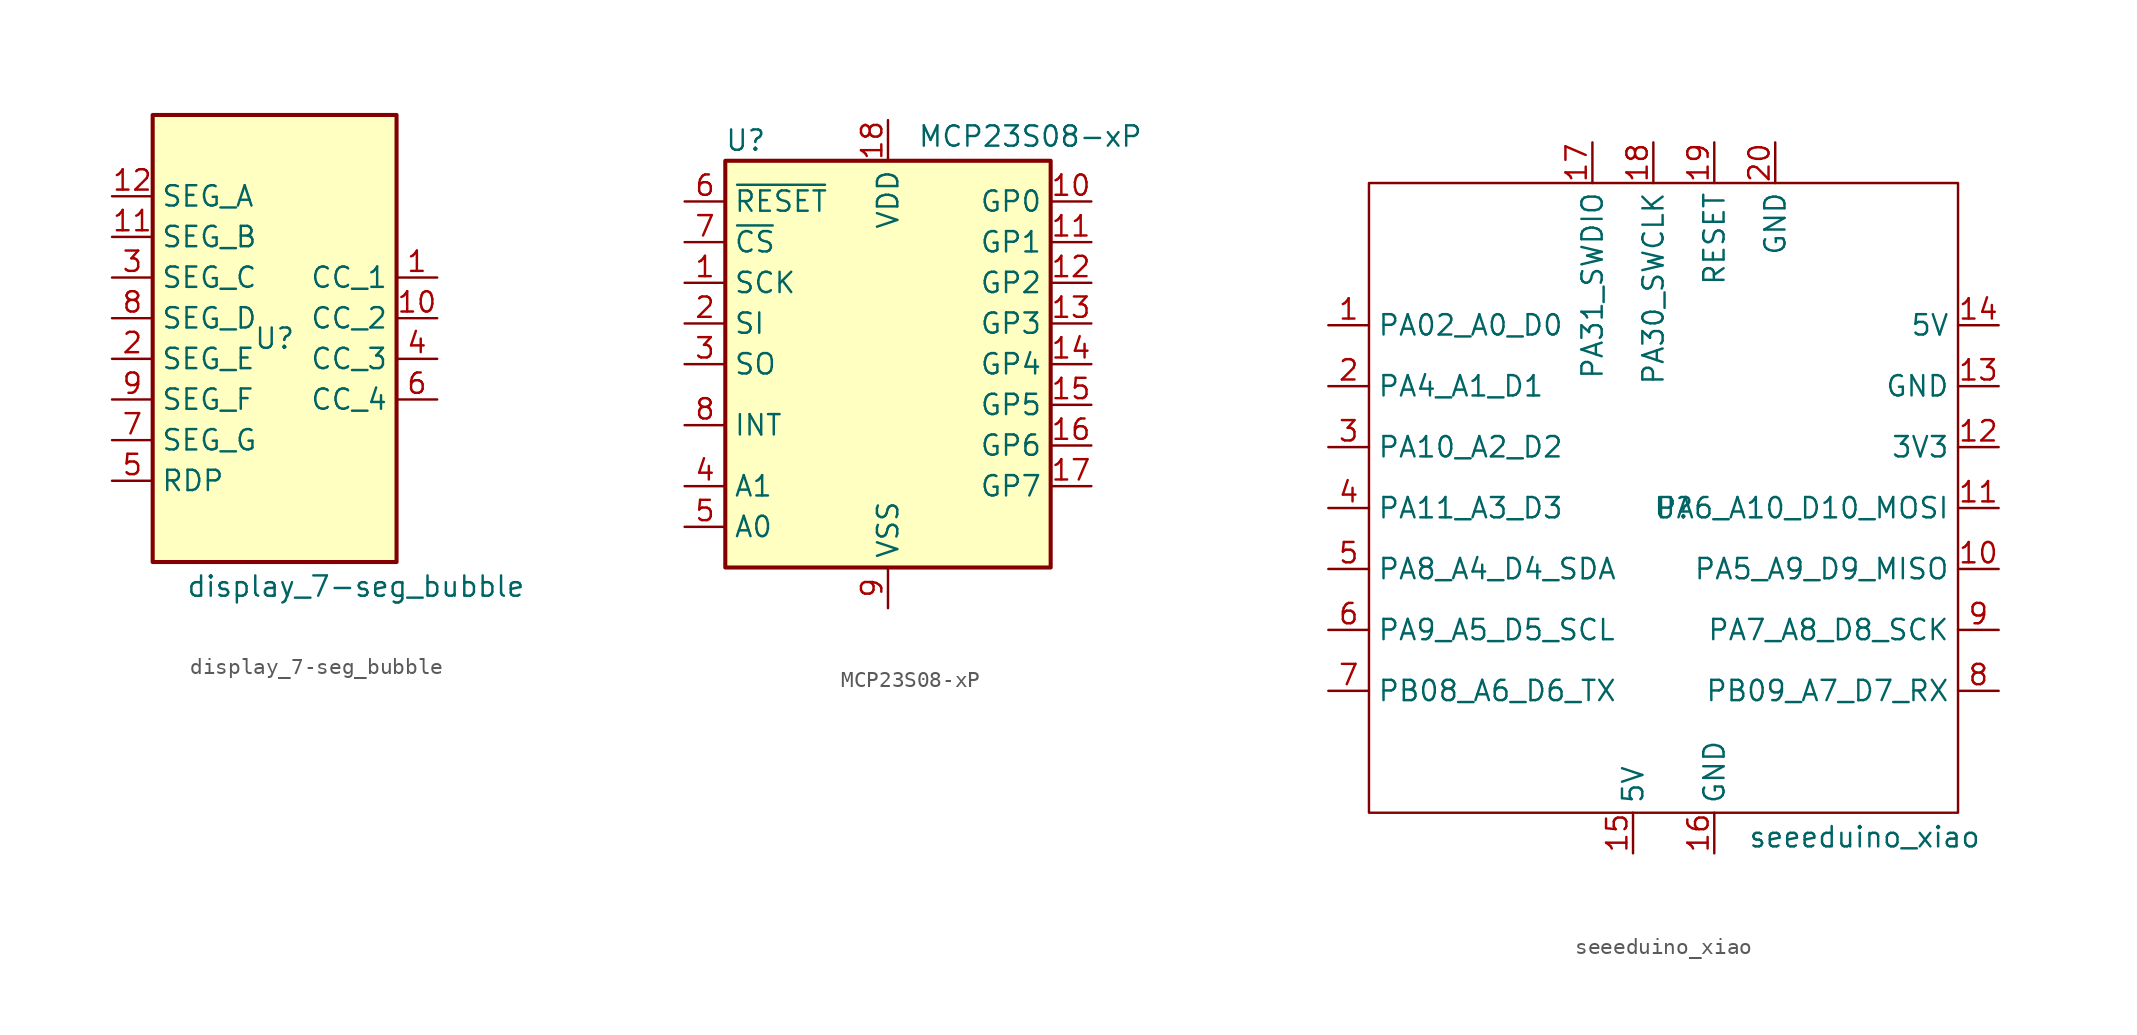
<source format=kicad_sym>
(kicad_symbol_lib
  (version 20231120)
  (generator "kicad_symbol_editor")
  (generator_version "8.0")
  (symbol "display_7-seg_bubble"
    (property "Reference" "U"
      (at 0 0 0)
      (effects (font (size 1.27 1.27))))
    (property "Value" "display_7-seg_bubble"
      (at 5.08 -15.494 0)
      (effects (font (size 1.27 1.27))))
    (symbol "display_7-seg_bubble_1_1"
      (rectangle (start -7.62 13.97) (end 7.62 -13.97) (stroke (width 0.254) (type default)) (fill (type background)))
      (pin open_emitter line (at 10.16 3.81 180) (length 2.54) (name "CC_1" (effects (font (size 1.27 1.27)))) (number "1" (effects (font (size 1.27 1.27)))))
      (pin open_emitter line (at 10.16 1.27 180) (length 2.54) (name "CC_2" (effects (font (size 1.27 1.27)))) (number "10" (effects (font (size 1.27 1.27)))))
      (pin open_collector line (at -10.16 6.35 0) (length 2.54) (name "SEG_B" (effects (font (size 1.27 1.27)))) (number "11" (effects (font (size 1.27 1.27)))))
      (pin open_collector line (at -10.16 8.89 0) (length 2.54) (name "SEG_A" (effects (font (size 1.27 1.27)))) (number "12" (effects (font (size 1.27 1.27)))))
      (pin open_collector line (at -10.16 -1.27 0) (length 2.54) (name "SEG_E" (effects (font (size 1.27 1.27)))) (number "2" (effects (font (size 1.27 1.27)))))
      (pin open_collector line (at -10.16 3.81 0) (length 2.54) (name "SEG_C" (effects (font (size 1.27 1.27)))) (number "3" (effects (font (size 1.27 1.27)))))
      (pin open_emitter line (at 10.16 -1.27 180) (length 2.54) (name "CC_3" (effects (font (size 1.27 1.27)))) (number "4" (effects (font (size 1.27 1.27)))))
      (pin open_collector line (at -10.16 -8.89 0) (length 2.54) (name "RDP" (effects (font (size 1.27 1.27)))) (number "5" (effects (font (size 1.27 1.27)))))
      (pin open_emitter line (at 10.16 -3.81 180) (length 2.54) (name "CC_4" (effects (font (size 1.27 1.27)))) (number "6" (effects (font (size 1.27 1.27)))))
      (pin open_collector line (at -10.16 -6.35 0) (length 2.54) (name "SEG_G" (effects (font (size 1.27 1.27)))) (number "7" (effects (font (size 1.27 1.27)))))
      (pin open_collector line (at -10.16 1.27 0) (length 2.54) (name "SEG_D" (effects (font (size 1.27 1.27)))) (number "8" (effects (font (size 1.27 1.27)))))
      (pin open_collector line (at -10.16 -3.81 0) (length 2.54) (name "SEG_F" (effects (font (size 1.27 1.27)))) (number "9" (effects (font (size 1.27 1.27)))))))
  (symbol "MCP23S08-xP"
    (property "Reference" "U"
      (at -8.89 13.97 0)
      (effects (font (size 1.27 1.27))))
    (property "Value" "MCP23S08-xP"
      (at 8.89 14.224 0)
      (effects (font (size 1.27 1.27))))
    (symbol "MCP23S08-xP_0_1"
      (rectangle (start -10.16 12.7) (end 10.16 -12.7) (stroke (width 0.254) (type default)) (fill (type background))))
    (symbol "MCP23S08-xP_1_1"
      (pin output line (at -12.7 5.08 0) (length 2.54) (name "SCK" (effects (font (size 1.27 1.27)))) (number "1" (effects (font (size 1.27 1.27)))))
      (pin bidirectional line (at 12.7 10.16 180) (length 2.54) (name "GP0" (effects (font (size 1.27 1.27)))) (number "10" (effects (font (size 1.27 1.27)))))
      (pin bidirectional line (at 12.7 7.62 180) (length 2.54) (name "GP1" (effects (font (size 1.27 1.27)))) (number "11" (effects (font (size 1.27 1.27)))))
      (pin bidirectional line (at 12.7 5.08 180) (length 2.54) (name "GP2" (effects (font (size 1.27 1.27)))) (number "12" (effects (font (size 1.27 1.27)))))
      (pin bidirectional line (at 12.7 2.54 180) (length 2.54) (name "GP3" (effects (font (size 1.27 1.27)))) (number "13" (effects (font (size 1.27 1.27)))))
      (pin bidirectional line (at 12.7 0 180) (length 2.54) (name "GP4" (effects (font (size 1.27 1.27)))) (number "14" (effects (font (size 1.27 1.27)))))
      (pin bidirectional line (at 12.7 -2.54 180) (length 2.54) (name "GP5" (effects (font (size 1.27 1.27)))) (number "15" (effects (font (size 1.27 1.27)))))
      (pin bidirectional line (at 12.7 -5.08 180) (length 2.54) (name "GP6" (effects (font (size 1.27 1.27)))) (number "16" (effects (font (size 1.27 1.27)))))
      (pin bidirectional line (at 12.7 -7.62 180) (length 2.54) (name "GP7" (effects (font (size 1.27 1.27)))) (number "17" (effects (font (size 1.27 1.27)))))
      (pin power_in line (at 0 15.24 270) (length 2.54) (name "VDD" (effects (font (size 1.27 1.27)))) (number "18" (effects (font (size 1.27 1.27)))))
      (pin input line (at -12.7 2.54 0) (length 2.54) (name "SI" (effects (font (size 1.27 1.27)))) (number "2" (effects (font (size 1.27 1.27)))))
      (pin output line (at -12.7 0 0) (length 2.54) (name "SO" (effects (font (size 1.27 1.27)))) (number "3" (effects (font (size 1.27 1.27)))))
      (pin input line (at -12.7 -7.62 0) (length 2.54) (name "A1" (effects (font (size 1.27 1.27)))) (number "4" (effects (font (size 1.27 1.27)))))
      (pin input line (at -12.7 -10.16 0) (length 2.54) (name "A0" (effects (font (size 1.27 1.27)))) (number "5" (effects (font (size 1.27 1.27)))))
      (pin input line (at -12.7 10.16 0) (length 2.54) (name "~{RESET}" (effects (font (size 1.27 1.27)))) (number "6" (effects (font (size 1.27 1.27)))))
      (pin input line (at -12.7 7.62 0) (length 2.54) (name "~{CS}" (effects (font (size 1.27 1.27)))) (number "7" (effects (font (size 1.27 1.27)))))
      (pin output line (at -12.7 -3.81 0) (length 2.54) (name "INT" (effects (font (size 1.27 1.27)))) (number "8" (effects (font (size 1.27 1.27)))))
      (pin power_in line (at 0 -15.24 90) (length 2.54) (name "VSS" (effects (font (size 1.27 1.27)))) (number "9" (effects (font (size 1.27 1.27)))))))
  (symbol "seeeduino_xiao"
    (property "Reference" "U"
      (at 0 0 0)
      (effects (font (size 1.27 1.27))))
    (property "Value" "seeeduino_xiao"
      (at 11.938 -20.574 0)
      (effects (font (size 1.27 1.27))))
    (symbol "seeeduino_xiao_0_1"
      (rectangle (start -19.05 20.32) (end 17.78 -19.05) (stroke (width 0) (type default)) (fill (type none))))
    (symbol "seeeduino_xiao_1_1"
      (pin unspecified line (at -21.59 11.43 0) (length 2.54) (name "PA02_A0_D0" (effects (font (size 1.27 1.27)))) (number "1" (effects (font (size 1.27 1.27)))))
      (pin unspecified line (at 20.32 -3.81 180) (length 2.54) (name "PA5_A9_D9_MISO" (effects (font (size 1.27 1.27)))) (number "10" (effects (font (size 1.27 1.27)))))
      (pin unspecified line (at 20.32 0 180) (length 2.54) (name "PA6_A10_D10_MOSI" (effects (font (size 1.27 1.27)))) (number "11" (effects (font (size 1.27 1.27)))))
      (pin unspecified line (at 20.32 3.81 180) (length 2.54) (name "3V3" (effects (font (size 1.27 1.27)))) (number "12" (effects (font (size 1.27 1.27)))))
      (pin unspecified line (at 20.32 7.62 180) (length 2.54) (name "GND" (effects (font (size 1.27 1.27)))) (number "13" (effects (font (size 1.27 1.27)))))
      (pin unspecified line (at 20.32 11.43 180) (length 2.54) (name "5V" (effects (font (size 1.27 1.27)))) (number "14" (effects (font (size 1.27 1.27)))))
      (pin input line (at -2.54 -21.59 90) (length 2.54) (name "5V" (effects (font (size 1.27 1.27)))) (number "15" (effects (font (size 1.27 1.27)))))
      (pin input line (at 2.54 -21.59 90) (length 2.54) (name "GND" (effects (font (size 1.27 1.27)))) (number "16" (effects (font (size 1.27 1.27)))))
      (pin input line (at -5.08 22.86 270) (length 2.54) (name "PA31_SWDIO" (effects (font (size 1.27 1.27)))) (number "17" (effects (font (size 1.27 1.27)))))
      (pin input line (at -1.27 22.86 270) (length 2.54) (name "PA30_SWCLK" (effects (font (size 1.27 1.27)))) (number "18" (effects (font (size 1.27 1.27)))))
      (pin input line (at 2.54 22.86 270) (length 2.54) (name "RESET" (effects (font (size 1.27 1.27)))) (number "19" (effects (font (size 1.27 1.27)))))
      (pin unspecified line (at -21.59 7.62 0) (length 2.54) (name "PA4_A1_D1" (effects (font (size 1.27 1.27)))) (number "2" (effects (font (size 1.27 1.27)))))
      (pin input line (at 6.35 22.86 270) (length 2.54) (name "GND" (effects (font (size 1.27 1.27)))) (number "20" (effects (font (size 1.27 1.27)))))
      (pin unspecified line (at -21.59 3.81 0) (length 2.54) (name "PA10_A2_D2" (effects (font (size 1.27 1.27)))) (number "3" (effects (font (size 1.27 1.27)))))
      (pin unspecified line (at -21.59 0 0) (length 2.54) (name "PA11_A3_D3" (effects (font (size 1.27 1.27)))) (number "4" (effects (font (size 1.27 1.27)))))
      (pin unspecified line (at -21.59 -3.81 0) (length 2.54) (name "PA8_A4_D4_SDA" (effects (font (size 1.27 1.27)))) (number "5" (effects (font (size 1.27 1.27)))))
      (pin unspecified line (at -21.59 -7.62 0) (length 2.54) (name "PA9_A5_D5_SCL" (effects (font (size 1.27 1.27)))) (number "6" (effects (font (size 1.27 1.27)))))
      (pin unspecified line (at -21.59 -11.43 0) (length 2.54) (name "PB08_A6_D6_TX" (effects (font (size 1.27 1.27)))) (number "7" (effects (font (size 1.27 1.27)))))
      (pin unspecified line (at 20.32 -11.43 180) (length 2.54) (name "PB09_A7_D7_RX" (effects (font (size 1.27 1.27)))) (number "8" (effects (font (size 1.27 1.27)))))
      (pin unspecified line (at 20.32 -7.62 180) (length 2.54) (name "PA7_A8_D8_SCK" (effects (font (size 1.27 1.27)))) (number "9" (effects (font (size 1.27 1.27))))))))
</source>
